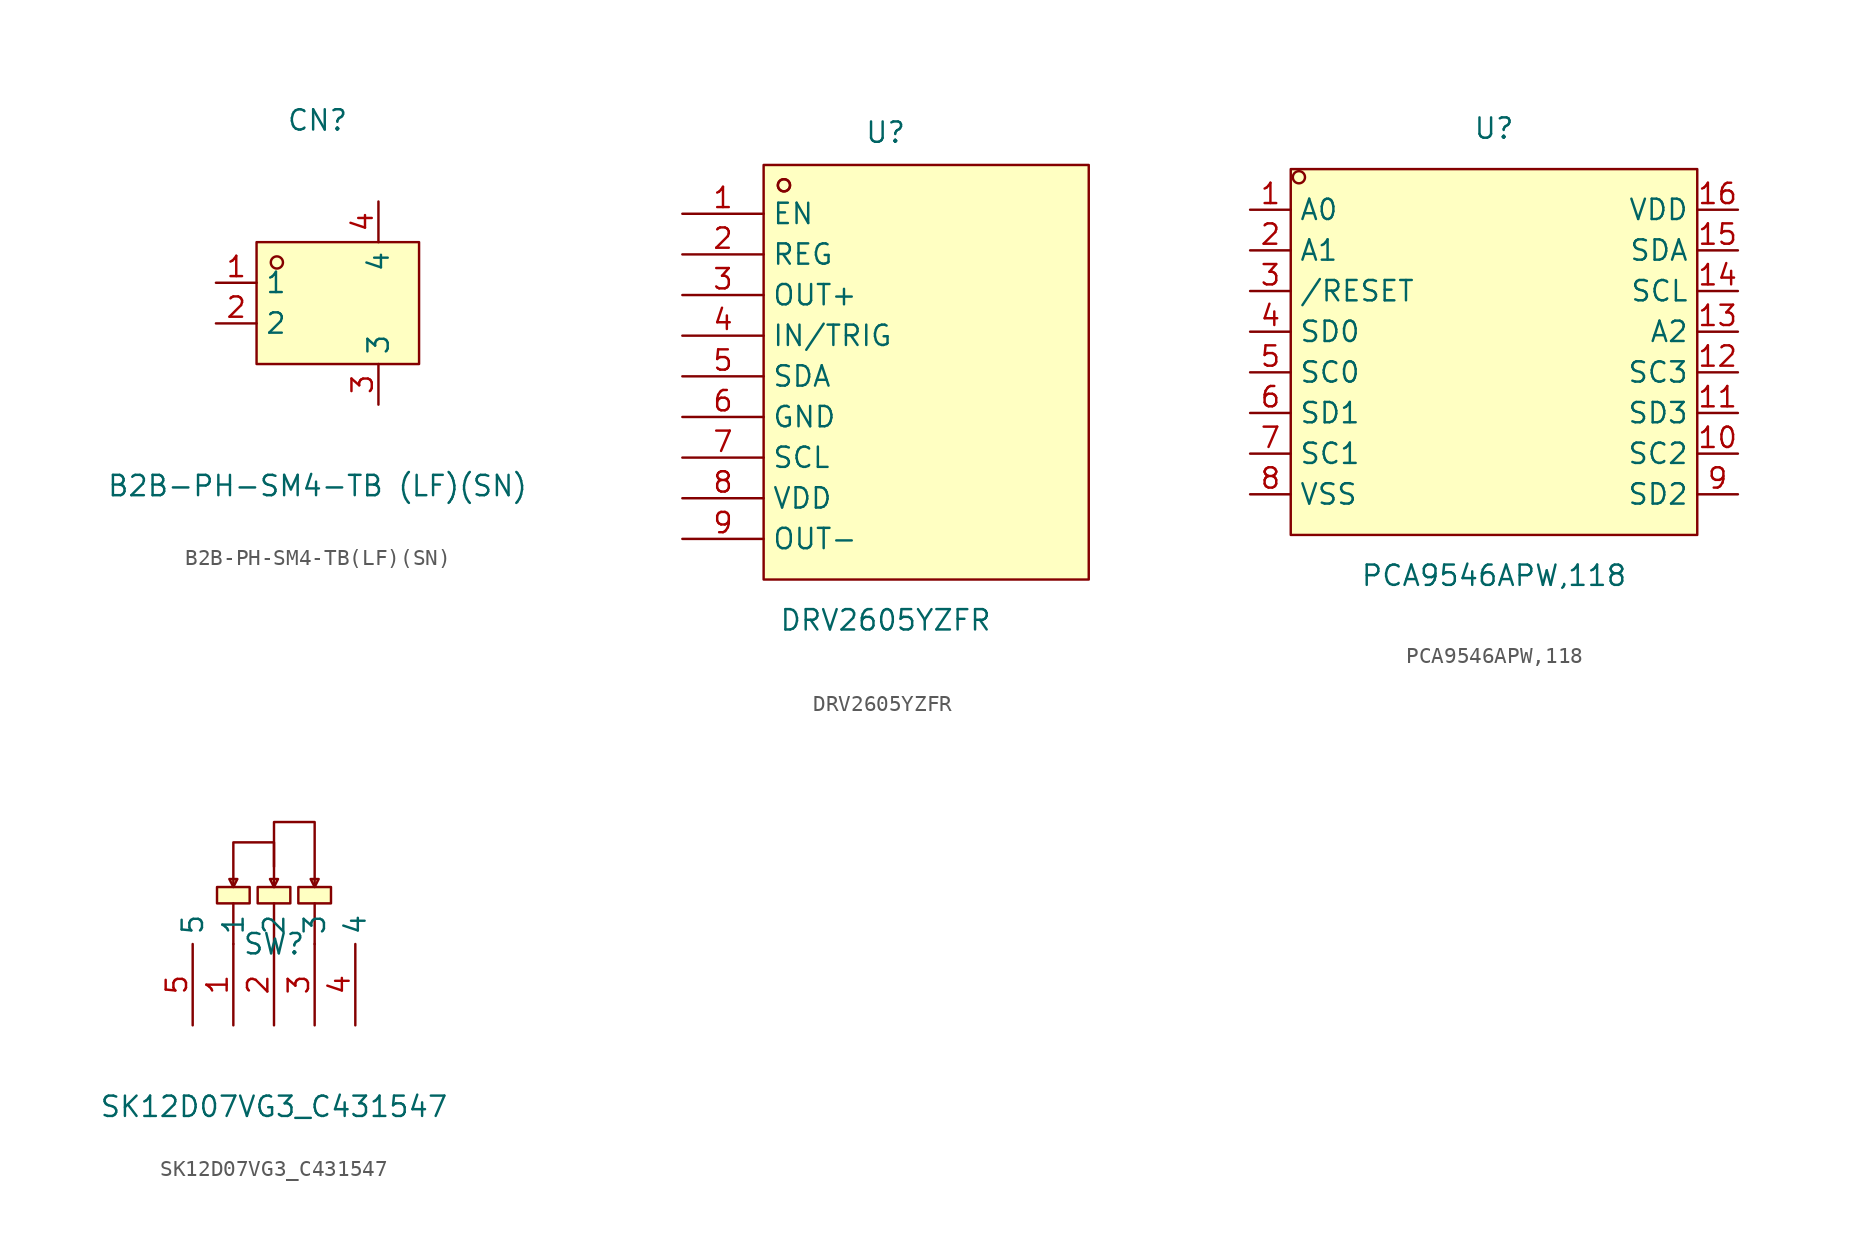
<source format=kicad_sym>
(kicad_symbol_lib
  (version 20211014)
  (generator https://github.com/uPesy/easyeda2kicad.py)
  (symbol "B2B-PH-SM4-TB(LF)(SN)"
    (property "Reference" "CN"
      (at 0 11.43 0)
      (effects (font (size 1.27 1.27))))
    (property "Value" "B2B-PH-SM4-TB (LF)(SN)"
      (at 0 -11.43 0)
      (effects (font (size 1.27 1.27))))
    (symbol "B2B-PH-SM4-TB(LF)(SN)_0_1"
      (rectangle (start -3.81 3.81) (end 6.35 -3.81) (stroke (width 0) (type default) (color 0 0 0 0)) (fill (type background)))
      (circle (center -2.54 2.54) (radius 0.38) (stroke (width 0) (type default) (color 0 0 0 0)) (fill (type none)))
      (pin unspecified line (at -6.35 1.27 0) (length 2.54) (name "1" (effects (font (size 1.27 1.27)))) (number "1" (effects (font (size 1.27 1.27)))))
      (pin unspecified line (at -6.35 -1.27 0) (length 2.54) (name "2" (effects (font (size 1.27 1.27)))) (number "2" (effects (font (size 1.27 1.27)))))
      (pin unspecified line (at 3.81 -6.35 90) (length 2.54) (name "3" (effects (font (size 1.27 1.27)))) (number "3" (effects (font (size 1.27 1.27)))))
      (pin unspecified line (at 3.81 6.35 270) (length 2.54) (name "4" (effects (font (size 1.27 1.27)))) (number "4" (effects (font (size 1.27 1.27)))))))
  (symbol "DRV2605YZFR"
    (property "Reference" "U"
      (at 0 15.24 0)
      (effects (font (size 1.27 1.27))))
    (property "Value" "DRV2605YZFR"
      (at 0 -15.24 0)
      (effects (font (size 1.27 1.27))))
    (symbol "DRV2605YZFR_0_1"
      (rectangle (start -7.62 13.21) (end 12.70 -12.70) (stroke (width 0) (type default) (color 0 0 0 0)) (fill (type background)))
      (circle (center -6.35 11.94) (radius 0.38) (stroke (width 0) (type default) (color 0 0 0 0)) (fill (type none)))
      (circle (center -6.35 11.94) (radius 0.38) (stroke (width 0) (type default) (color 0 0 0 0)) (fill (type none)))
      (pin unspecified line (at -12.70 10.16 0) (length 5.08) (name "EN" (effects (font (size 1.27 1.27)))) (number "1" (effects (font (size 1.27 1.27)))))
      (pin unspecified line (at -12.70 7.62 0) (length 5.08) (name "REG" (effects (font (size 1.27 1.27)))) (number "2" (effects (font (size 1.27 1.27)))))
      (pin unspecified line (at -12.70 5.08 0) (length 5.08) (name "OUT+" (effects (font (size 1.27 1.27)))) (number "3" (effects (font (size 1.27 1.27)))))
      (pin unspecified line (at -12.70 2.54 0) (length 5.08) (name "IN/TRIG" (effects (font (size 1.27 1.27)))) (number "4" (effects (font (size 1.27 1.27)))))
      (pin unspecified line (at -12.70 -0.00 0) (length 5.08) (name "SDA" (effects (font (size 1.27 1.27)))) (number "5" (effects (font (size 1.27 1.27)))))
      (pin unspecified line (at -12.70 -2.54 0) (length 5.08) (name "GND" (effects (font (size 1.27 1.27)))) (number "6" (effects (font (size 1.27 1.27)))))
      (pin unspecified line (at -12.70 -5.08 0) (length 5.08) (name "SCL" (effects (font (size 1.27 1.27)))) (number "7" (effects (font (size 1.27 1.27)))))
      (pin unspecified line (at -12.70 -7.62 0) (length 5.08) (name "VDD" (effects (font (size 1.27 1.27)))) (number "8" (effects (font (size 1.27 1.27)))))
      (pin unspecified line (at -12.70 -10.16 0) (length 5.08) (name "OUT-" (effects (font (size 1.27 1.27)))) (number "9" (effects (font (size 1.27 1.27)))))))
  (symbol "PCA9546APW,118"
    (property "Reference" "U"
      (at 0 13.97 0)
      (effects (font (size 1.27 1.27))))
    (property "Value" "PCA9546APW,118"
      (at 0 -13.97 0)
      (effects (font (size 1.27 1.27))))
    (symbol "PCA9546APW,118_0_1"
      (rectangle (start -12.70 11.43) (end 12.70 -11.43) (stroke (width 0) (type default) (color 0 0 0 0)) (fill (type background)))
      (circle (center -12.19 10.92) (radius 0.38) (stroke (width 0) (type default) (color 0 0 0 0)) (fill (type none)))
      (pin unspecified line (at -15.24 8.89 0) (length 2.54) (name "A0" (effects (font (size 1.27 1.27)))) (number "1" (effects (font (size 1.27 1.27)))))
      (pin unspecified line (at -15.24 6.35 0) (length 2.54) (name "A1" (effects (font (size 1.27 1.27)))) (number "2" (effects (font (size 1.27 1.27)))))
      (pin unspecified line (at -15.24 3.81 0) (length 2.54) (name "/RESET" (effects (font (size 1.27 1.27)))) (number "3" (effects (font (size 1.27 1.27)))))
      (pin unspecified line (at -15.24 1.27 0) (length 2.54) (name "SD0" (effects (font (size 1.27 1.27)))) (number "4" (effects (font (size 1.27 1.27)))))
      (pin unspecified line (at -15.24 -1.27 0) (length 2.54) (name "SC0" (effects (font (size 1.27 1.27)))) (number "5" (effects (font (size 1.27 1.27)))))
      (pin unspecified line (at -15.24 -3.81 0) (length 2.54) (name "SD1" (effects (font (size 1.27 1.27)))) (number "6" (effects (font (size 1.27 1.27)))))
      (pin unspecified line (at -15.24 -6.35 0) (length 2.54) (name "SC1" (effects (font (size 1.27 1.27)))) (number "7" (effects (font (size 1.27 1.27)))))
      (pin unspecified line (at -15.24 -8.89 0) (length 2.54) (name "VSS" (effects (font (size 1.27 1.27)))) (number "8" (effects (font (size 1.27 1.27)))))
      (pin unspecified line (at 15.24 -8.89 180) (length 2.54) (name "SD2" (effects (font (size 1.27 1.27)))) (number "9" (effects (font (size 1.27 1.27)))))
      (pin unspecified line (at 15.24 -6.35 180) (length 2.54) (name "SC2" (effects (font (size 1.27 1.27)))) (number "10" (effects (font (size 1.27 1.27)))))
      (pin unspecified line (at 15.24 -3.81 180) (length 2.54) (name "SD3" (effects (font (size 1.27 1.27)))) (number "11" (effects (font (size 1.27 1.27)))))
      (pin unspecified line (at 15.24 -1.27 180) (length 2.54) (name "SC3" (effects (font (size 1.27 1.27)))) (number "12" (effects (font (size 1.27 1.27)))))
      (pin unspecified line (at 15.24 1.27 180) (length 2.54) (name "A2" (effects (font (size 1.27 1.27)))) (number "13" (effects (font (size 1.27 1.27)))))
      (pin unspecified line (at 15.24 3.81 180) (length 2.54) (name "SCL" (effects (font (size 1.27 1.27)))) (number "14" (effects (font (size 1.27 1.27)))))
      (pin unspecified line (at 15.24 6.35 180) (length 2.54) (name "SDA" (effects (font (size 1.27 1.27)))) (number "15" (effects (font (size 1.27 1.27)))))
      (pin unspecified line (at 15.24 8.89 180) (length 2.54) (name "VDD" (effects (font (size 1.27 1.27)))) (number "16" (effects (font (size 1.27 1.27)))))))
  (symbol "SK12D07VG3_C431547"
    (property "Reference" "SW"
      (at 0 0.00 0)
      (effects (font (size 1.27 1.27))))
    (property "Value" "SK12D07VG3_C431547"
      (at 0 -10.16 0)
      (effects (font (size 1.27 1.27))))
    (symbol "SK12D07VG3_C431547_0_1"
      (rectangle (start -3.56 3.56) (end -1.52 2.54) (stroke (width 0) (type default) (color 0 0 0 0)) (fill (type background)))
      (rectangle (start -1.02 3.56) (end 1.02 2.54) (stroke (width 0) (type default) (color 0 0 0 0)) (fill (type background)))
      (rectangle (start 1.52 3.56) (end 3.56 2.54) (stroke (width 0) (type default) (color 0 0 0 0)) (fill (type background)))
      (polyline (pts (xy 0.00 4.83) (xy 0.00 7.62) (xy 2.54 7.62) (xy 2.54 3.81)) (stroke (width 0) (type default) (color 0 0 0 0)) (fill (type none)))
      (polyline (pts (xy -2.54 3.81) (xy -2.54 6.35) (xy 0.00 6.35) (xy 0.00 3.56)) (stroke (width 0) (type default) (color 0 0 0 0)) (fill (type none)))
      (polyline (pts (xy 2.54 -0.00) (xy 2.54 2.54)) (stroke (width 0) (type default) (color 0 0 0 0)) (fill (type none)))
      (polyline (pts (xy 2.79 4.06) (xy 2.29 4.06) (xy 2.54 3.56) (xy 2.79 4.06)) (stroke (width 0) (type default) (color 0 0 0 0)) (fill (type background)))
      (polyline (pts (xy 0.25 4.06) (xy -0.25 4.06) (xy 0.00 3.56) (xy 0.25 4.06)) (stroke (width 0) (type default) (color 0 0 0 0)) (fill (type background)))
      (polyline (pts (xy -2.29 4.06) (xy -2.79 4.06) (xy -2.54 3.56) (xy -2.29 4.06)) (stroke (width 0) (type default) (color 0 0 0 0)) (fill (type background)))
      (polyline (pts (xy -2.54 -0.00) (xy -2.54 2.54)) (stroke (width 0) (type default) (color 0 0 0 0)) (fill (type none)))
      (polyline (pts (xy 0.00 -0.00) (xy 0.00 2.54)) (stroke (width 0) (type default) (color 0 0 0 0)) (fill (type none)))
      (pin unspecified line (at 2.54 -5.08 90) (length 5.08) (name "3" (effects (font (size 1.27 1.27)))) (number "3" (effects (font (size 1.27 1.27)))))
      (pin unspecified line (at 0.00 -5.08 90) (length 5.08) (name "2" (effects (font (size 1.27 1.27)))) (number "2" (effects (font (size 1.27 1.27)))))
      (pin unspecified line (at -2.54 -5.08 90) (length 5.08) (name "1" (effects (font (size 1.27 1.27)))) (number "1" (effects (font (size 1.27 1.27)))))
      (pin unspecified line (at 5.08 -5.08 90) (length 5.08) (name "4" (effects (font (size 1.27 1.27)))) (number "4" (effects (font (size 1.27 1.27)))))
      (pin unspecified line (at -5.08 -5.08 90) (length 5.08) (name "5" (effects (font (size 1.27 1.27)))) (number "5" (effects (font (size 1.27 1.27))))))))
</source>
